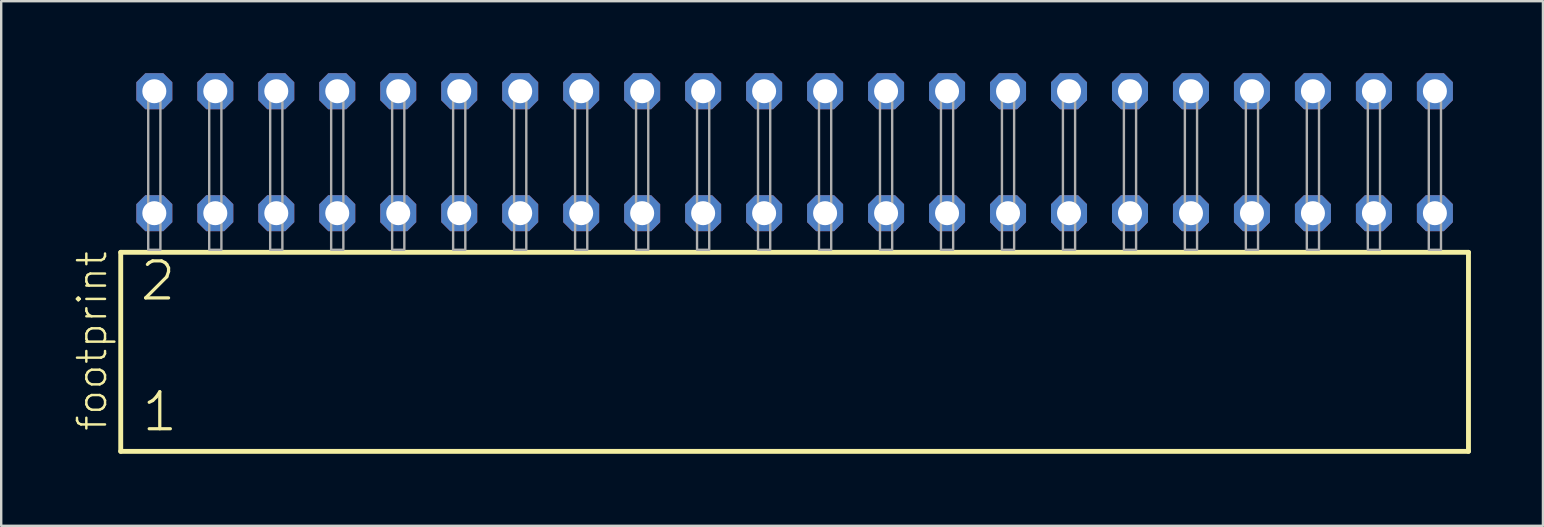
<source format=kicad_pcb>
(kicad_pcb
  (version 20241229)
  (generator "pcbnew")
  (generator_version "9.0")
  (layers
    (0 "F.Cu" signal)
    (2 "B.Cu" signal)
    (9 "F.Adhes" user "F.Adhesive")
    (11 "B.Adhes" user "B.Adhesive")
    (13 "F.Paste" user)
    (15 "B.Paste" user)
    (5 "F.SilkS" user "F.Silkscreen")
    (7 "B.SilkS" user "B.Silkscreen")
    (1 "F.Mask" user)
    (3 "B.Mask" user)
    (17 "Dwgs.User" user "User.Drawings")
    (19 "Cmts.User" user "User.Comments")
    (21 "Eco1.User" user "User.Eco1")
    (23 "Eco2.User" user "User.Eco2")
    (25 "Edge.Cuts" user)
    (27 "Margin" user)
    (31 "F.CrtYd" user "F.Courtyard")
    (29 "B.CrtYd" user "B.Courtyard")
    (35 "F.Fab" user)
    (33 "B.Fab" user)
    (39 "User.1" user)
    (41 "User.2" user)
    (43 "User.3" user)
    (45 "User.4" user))
  (footprint "footprint"
    (layer "F.Cu")
    (at 30.048 7.354)
    (property "Reference" "footprint" (at -28.575 7.62 90) (layer "F.SilkS") (effects (font (size 1.168 1.168) (thickness 0.102)) (justify left bottom)))
    (fp_line (start -28.069 0.106) (end -28.069 8.396) (stroke (width 0.203) (type solid)) (layer "F.SilkS"))
    (fp_line (start -28.069 8.396) (end 28.069 8.396) (stroke (width 0.203) (type solid)) (layer "F.SilkS"))
    (fp_line (start 28.069 0.106) (end -28.069 0.106) (stroke (width 0.203) (type solid)) (layer "F.SilkS"))
    (fp_line (start 28.069 8.396) (end 28.069 0.106) (stroke (width 0.203) (type solid)) (layer "F.SilkS"))
    (fp_poly (pts (xy -26.924 0) (xy -26.416 0) (xy -26.416 -6.858) (xy -26.924 -6.858)) (stroke (width 0.1) (type solid)) (fill no) (layer "F.Fab"))
    (fp_poly (pts (xy -24.384 0) (xy -23.876 0) (xy -23.876 -6.858) (xy -24.384 -6.858)) (stroke (width 0.1) (type solid)) (fill no) (layer "F.Fab"))
    (fp_poly (pts (xy -21.844 0) (xy -21.336 0) (xy -21.336 -6.858) (xy -21.844 -6.858)) (stroke (width 0.1) (type solid)) (fill no) (layer "F.Fab"))
    (fp_poly (pts (xy -19.304 0) (xy -18.796 0) (xy -18.796 -6.858) (xy -19.304 -6.858)) (stroke (width 0.1) (type solid)) (fill no) (layer "F.Fab"))
    (fp_poly (pts (xy -16.764 0) (xy -16.256 0) (xy -16.256 -6.858) (xy -16.764 -6.858)) (stroke (width 0.1) (type solid)) (fill no) (layer "F.Fab"))
    (fp_poly (pts (xy -14.224 0) (xy -13.716 0) (xy -13.716 -6.858) (xy -14.224 -6.858)) (stroke (width 0.1) (type solid)) (fill no) (layer "F.Fab"))
    (fp_poly (pts (xy -11.684 0) (xy -11.176 0) (xy -11.176 -6.858) (xy -11.684 -6.858)) (stroke (width 0.1) (type solid)) (fill no) (layer "F.Fab"))
    (fp_poly (pts (xy -9.144 0) (xy -8.636 0) (xy -8.636 -6.858) (xy -9.144 -6.858)) (stroke (width 0.1) (type solid)) (fill no) (layer "F.Fab"))
    (fp_poly (pts (xy -6.604 0) (xy -6.096 0) (xy -6.096 -6.858) (xy -6.604 -6.858)) (stroke (width 0.1) (type solid)) (fill no) (layer "F.Fab"))
    (fp_poly (pts (xy -4.064 0) (xy -3.556 0) (xy -3.556 -6.858) (xy -4.064 -6.858)) (stroke (width 0.1) (type solid)) (fill no) (layer "F.Fab"))
    (fp_poly (pts (xy -1.524 0) (xy -1.016 0) (xy -1.016 -6.858) (xy -1.524 -6.858)) (stroke (width 0.1) (type solid)) (fill no) (layer "F.Fab"))
    (fp_poly (pts (xy 1.016 0) (xy 1.524 0) (xy 1.524 -6.858) (xy 1.016 -6.858)) (stroke (width 0.1) (type solid)) (fill no) (layer "F.Fab"))
    (fp_poly (pts (xy 3.556 0) (xy 4.064 0) (xy 4.064 -6.858) (xy 3.556 -6.858)) (stroke (width 0.1) (type solid)) (fill no) (layer "F.Fab"))
    (fp_poly (pts (xy 6.096 0) (xy 6.604 0) (xy 6.604 -6.858) (xy 6.096 -6.858)) (stroke (width 0.1) (type solid)) (fill no) (layer "F.Fab"))
    (fp_poly (pts (xy 8.636 0) (xy 9.144 0) (xy 9.144 -6.858) (xy 8.636 -6.858)) (stroke (width 0.1) (type solid)) (fill no) (layer "F.Fab"))
    (fp_poly (pts (xy 11.176 0) (xy 11.684 0) (xy 11.684 -6.858) (xy 11.176 -6.858)) (stroke (width 0.1) (type solid)) (fill no) (layer "F.Fab"))
    (fp_poly (pts (xy 13.716 0) (xy 14.224 0) (xy 14.224 -6.858) (xy 13.716 -6.858)) (stroke (width 0.1) (type solid)) (fill no) (layer "F.Fab"))
    (fp_poly (pts (xy 16.256 0) (xy 16.764 0) (xy 16.764 -6.858) (xy 16.256 -6.858)) (stroke (width 0.1) (type solid)) (fill no) (layer "F.Fab"))
    (fp_poly (pts (xy 18.796 0) (xy 19.304 0) (xy 19.304 -6.858) (xy 18.796 -6.858)) (stroke (width 0.1) (type solid)) (fill no) (layer "F.Fab"))
    (fp_poly (pts (xy 21.336 0) (xy 21.844 0) (xy 21.844 -6.858) (xy 21.336 -6.858)) (stroke (width 0.1) (type solid)) (fill no) (layer "F.Fab"))
    (fp_poly (pts (xy 23.876 0) (xy 24.384 0) (xy 24.384 -6.858) (xy 23.876 -6.858)) (stroke (width 0.1) (type solid)) (fill no) (layer "F.Fab"))
    (fp_poly (pts (xy 26.416 0) (xy 26.924 0) (xy 26.924 -6.858) (xy 26.416 -6.858)) (stroke (width 0.1) (type solid)) (fill no) (layer "F.Fab"))
    (fp_text user "1" (at -27.265 7.65 0) (layer "F.SilkS") (effects (font (size 1.542 1.542) (thickness 0.134)) (justify left bottom)))
    (fp_text user "2" (at -27.34 2.2 0) (layer "F.SilkS") (effects (font (size 1.542 1.542) (thickness 0.134)) (justify left bottom)))
    (pad "1" thru_hole roundrect (at -26.67 -1.524) (size 1.5 1.5) (drill 1) (layers "*.Cu" "*.Mask") (roundrect_rratio 0.25) (chamfer_ratio 0.25) (chamfer top_left top_right bottom_left bottom_right))
    (pad "2" thru_hole roundrect (at -26.67 -6.604) (size 1.5 1.5) (drill 1) (layers "*.Cu" "*.Mask") (roundrect_rratio 0.25) (chamfer_ratio 0.25) (chamfer top_left top_right bottom_left bottom_right))
    (pad "3" thru_hole roundrect (at -24.13 -1.524) (size 1.5 1.5) (drill 1) (layers "*.Cu" "*.Mask") (roundrect_rratio 0.25) (chamfer_ratio 0.25) (chamfer top_left top_right bottom_left bottom_right))
    (pad "4" thru_hole roundrect (at -24.13 -6.604) (size 1.5 1.5) (drill 1) (layers "*.Cu" "*.Mask") (roundrect_rratio 0.25) (chamfer_ratio 0.25) (chamfer top_left top_right bottom_left bottom_right))
    (pad "5" thru_hole roundrect (at -21.59 -1.524) (size 1.5 1.5) (drill 1) (layers "*.Cu" "*.Mask") (roundrect_rratio 0.25) (chamfer_ratio 0.25) (chamfer top_left top_right bottom_left bottom_right))
    (pad "6" thru_hole roundrect (at -21.59 -6.604) (size 1.5 1.5) (drill 1) (layers "*.Cu" "*.Mask") (roundrect_rratio 0.25) (chamfer_ratio 0.25) (chamfer top_left top_right bottom_left bottom_right))
    (pad "7" thru_hole roundrect (at -19.05 -1.524) (size 1.5 1.5) (drill 1) (layers "*.Cu" "*.Mask") (roundrect_rratio 0.25) (chamfer_ratio 0.25) (chamfer top_left top_right bottom_left bottom_right))
    (pad "8" thru_hole roundrect (at -19.05 -6.604) (size 1.5 1.5) (drill 1) (layers "*.Cu" "*.Mask") (roundrect_rratio 0.25) (chamfer_ratio 0.25) (chamfer top_left top_right bottom_left bottom_right))
    (pad "9" thru_hole roundrect (at -16.51 -1.524) (size 1.5 1.5) (drill 1) (layers "*.Cu" "*.Mask") (roundrect_rratio 0.25) (chamfer_ratio 0.25) (chamfer top_left top_right bottom_left bottom_right))
    (pad "10" thru_hole roundrect (at -16.51 -6.604) (size 1.5 1.5) (drill 1) (layers "*.Cu" "*.Mask") (roundrect_rratio 0.25) (chamfer_ratio 0.25) (chamfer top_left top_right bottom_left bottom_right))
    (pad "11" thru_hole roundrect (at -13.97 -1.524) (size 1.5 1.5) (drill 1) (layers "*.Cu" "*.Mask") (roundrect_rratio 0.25) (chamfer_ratio 0.25) (chamfer top_left top_right bottom_left bottom_right))
    (pad "12" thru_hole roundrect (at -13.97 -6.604) (size 1.5 1.5) (drill 1) (layers "*.Cu" "*.Mask") (roundrect_rratio 0.25) (chamfer_ratio 0.25) (chamfer top_left top_right bottom_left bottom_right))
    (pad "13" thru_hole roundrect (at -11.43 -1.524) (size 1.5 1.5) (drill 1) (layers "*.Cu" "*.Mask") (roundrect_rratio 0.25) (chamfer_ratio 0.25) (chamfer top_left top_right bottom_left bottom_right))
    (pad "14" thru_hole roundrect (at -11.43 -6.604) (size 1.5 1.5) (drill 1) (layers "*.Cu" "*.Mask") (roundrect_rratio 0.25) (chamfer_ratio 0.25) (chamfer top_left top_right bottom_left bottom_right))
    (pad "15" thru_hole roundrect (at -8.89 -1.524) (size 1.5 1.5) (drill 1) (layers "*.Cu" "*.Mask") (roundrect_rratio 0.25) (chamfer_ratio 0.25) (chamfer top_left top_right bottom_left bottom_right))
    (pad "16" thru_hole roundrect (at -8.89 -6.604) (size 1.5 1.5) (drill 1) (layers "*.Cu" "*.Mask") (roundrect_rratio 0.25) (chamfer_ratio 0.25) (chamfer top_left top_right bottom_left bottom_right))
    (pad "17" thru_hole roundrect (at -6.35 -1.524) (size 1.5 1.5) (drill 1) (layers "*.Cu" "*.Mask") (roundrect_rratio 0.25) (chamfer_ratio 0.25) (chamfer top_left top_right bottom_left bottom_right))
    (pad "18" thru_hole roundrect (at -6.35 -6.604) (size 1.5 1.5) (drill 1) (layers "*.Cu" "*.Mask") (roundrect_rratio 0.25) (chamfer_ratio 0.25) (chamfer top_left top_right bottom_left bottom_right))
    (pad "19" thru_hole roundrect (at -3.81 -1.524) (size 1.5 1.5) (drill 1) (layers "*.Cu" "*.Mask") (roundrect_rratio 0.25) (chamfer_ratio 0.25) (chamfer top_left top_right bottom_left bottom_right))
    (pad "20" thru_hole roundrect (at -3.81 -6.604) (size 1.5 1.5) (drill 1) (layers "*.Cu" "*.Mask") (roundrect_rratio 0.25) (chamfer_ratio 0.25) (chamfer top_left top_right bottom_left bottom_right))
    (pad "21" thru_hole roundrect (at -1.27 -1.524) (size 1.5 1.5) (drill 1) (layers "*.Cu" "*.Mask") (roundrect_rratio 0.25) (chamfer_ratio 0.25) (chamfer top_left top_right bottom_left bottom_right))
    (pad "22" thru_hole roundrect (at -1.27 -6.604) (size 1.5 1.5) (drill 1) (layers "*.Cu" "*.Mask") (roundrect_rratio 0.25) (chamfer_ratio 0.25) (chamfer top_left top_right bottom_left bottom_right))
    (pad "23" thru_hole roundrect (at 1.27 -1.524) (size 1.5 1.5) (drill 1) (layers "*.Cu" "*.Mask") (roundrect_rratio 0.25) (chamfer_ratio 0.25) (chamfer top_left top_right bottom_left bottom_right))
    (pad "24" thru_hole roundrect (at 1.27 -6.604) (size 1.5 1.5) (drill 1) (layers "*.Cu" "*.Mask") (roundrect_rratio 0.25) (chamfer_ratio 0.25) (chamfer top_left top_right bottom_left bottom_right))
    (pad "25" thru_hole roundrect (at 3.81 -1.524) (size 1.5 1.5) (drill 1) (layers "*.Cu" "*.Mask") (roundrect_rratio 0.25) (chamfer_ratio 0.25) (chamfer top_left top_right bottom_left bottom_right))
    (pad "26" thru_hole roundrect (at 3.81 -6.604) (size 1.5 1.5) (drill 1) (layers "*.Cu" "*.Mask") (roundrect_rratio 0.25) (chamfer_ratio 0.25) (chamfer top_left top_right bottom_left bottom_right))
    (pad "27" thru_hole roundrect (at 6.35 -1.524) (size 1.5 1.5) (drill 1) (layers "*.Cu" "*.Mask") (roundrect_rratio 0.25) (chamfer_ratio 0.25) (chamfer top_left top_right bottom_left bottom_right))
    (pad "28" thru_hole roundrect (at 6.35 -6.604) (size 1.5 1.5) (drill 1) (layers "*.Cu" "*.Mask") (roundrect_rratio 0.25) (chamfer_ratio 0.25) (chamfer top_left top_right bottom_left bottom_right))
    (pad "29" thru_hole roundrect (at 8.89 -1.524) (size 1.5 1.5) (drill 1) (layers "*.Cu" "*.Mask") (roundrect_rratio 0.25) (chamfer_ratio 0.25) (chamfer top_left top_right bottom_left bottom_right))
    (pad "30" thru_hole roundrect (at 8.89 -6.604) (size 1.5 1.5) (drill 1) (layers "*.Cu" "*.Mask") (roundrect_rratio 0.25) (chamfer_ratio 0.25) (chamfer top_left top_right bottom_left bottom_right))
    (pad "31" thru_hole roundrect (at 11.43 -1.524) (size 1.5 1.5) (drill 1) (layers "*.Cu" "*.Mask") (roundrect_rratio 0.25) (chamfer_ratio 0.25) (chamfer top_left top_right bottom_left bottom_right))
    (pad "32" thru_hole roundrect (at 11.43 -6.604) (size 1.5 1.5) (drill 1) (layers "*.Cu" "*.Mask") (roundrect_rratio 0.25) (chamfer_ratio 0.25) (chamfer top_left top_right bottom_left bottom_right))
    (pad "33" thru_hole roundrect (at 13.97 -1.524) (size 1.5 1.5) (drill 1) (layers "*.Cu" "*.Mask") (roundrect_rratio 0.25) (chamfer_ratio 0.25) (chamfer top_left top_right bottom_left bottom_right))
    (pad "34" thru_hole roundrect (at 13.97 -6.604) (size 1.5 1.5) (drill 1) (layers "*.Cu" "*.Mask") (roundrect_rratio 0.25) (chamfer_ratio 0.25) (chamfer top_left top_right bottom_left bottom_right))
    (pad "35" thru_hole roundrect (at 16.51 -1.524) (size 1.5 1.5) (drill 1) (layers "*.Cu" "*.Mask") (roundrect_rratio 0.25) (chamfer_ratio 0.25) (chamfer top_left top_right bottom_left bottom_right))
    (pad "36" thru_hole roundrect (at 16.51 -6.604) (size 1.5 1.5) (drill 1) (layers "*.Cu" "*.Mask") (roundrect_rratio 0.25) (chamfer_ratio 0.25) (chamfer top_left top_right bottom_left bottom_right))
    (pad "37" thru_hole roundrect (at 19.05 -1.524) (size 1.5 1.5) (drill 1) (layers "*.Cu" "*.Mask") (roundrect_rratio 0.25) (chamfer_ratio 0.25) (chamfer top_left top_right bottom_left bottom_right))
    (pad "38" thru_hole roundrect (at 19.05 -6.604) (size 1.5 1.5) (drill 1) (layers "*.Cu" "*.Mask") (roundrect_rratio 0.25) (chamfer_ratio 0.25) (chamfer top_left top_right bottom_left bottom_right))
    (pad "39" thru_hole roundrect (at 21.59 -1.524) (size 1.5 1.5) (drill 1) (layers "*.Cu" "*.Mask") (roundrect_rratio 0.25) (chamfer_ratio 0.25) (chamfer top_left top_right bottom_left bottom_right))
    (pad "40" thru_hole roundrect (at 21.59 -6.604) (size 1.5 1.5) (drill 1) (layers "*.Cu" "*.Mask") (roundrect_rratio 0.25) (chamfer_ratio 0.25) (chamfer top_left top_right bottom_left bottom_right))
    (pad "41" thru_hole roundrect (at 24.13 -1.524) (size 1.5 1.5) (drill 1) (layers "*.Cu" "*.Mask") (roundrect_rratio 0.25) (chamfer_ratio 0.25) (chamfer top_left top_right bottom_left bottom_right))
    (pad "42" thru_hole roundrect (at 24.13 -6.604) (size 1.5 1.5) (drill 1) (layers "*.Cu" "*.Mask") (roundrect_rratio 0.25) (chamfer_ratio 0.25) (chamfer top_left top_right bottom_left bottom_right))
    (pad "43" thru_hole roundrect (at 26.67 -1.524) (size 1.5 1.5) (drill 1) (layers "*.Cu" "*.Mask") (roundrect_rratio 0.25) (chamfer_ratio 0.25) (chamfer top_left top_right bottom_left bottom_right))
    (pad "44" thru_hole roundrect (at 26.67 -6.604) (size 1.5 1.5) (drill 1) (layers "*.Cu" "*.Mask") (roundrect_rratio 0.25) (chamfer_ratio 0.25) (chamfer top_left top_right bottom_left bottom_right)))
  (gr_rect
    (start -3 -3)
    (end 61.219 18.852)
    (stroke (width 0.1) (type default))
    (fill no)
    (layer "Edge.Cuts")))
</source>
